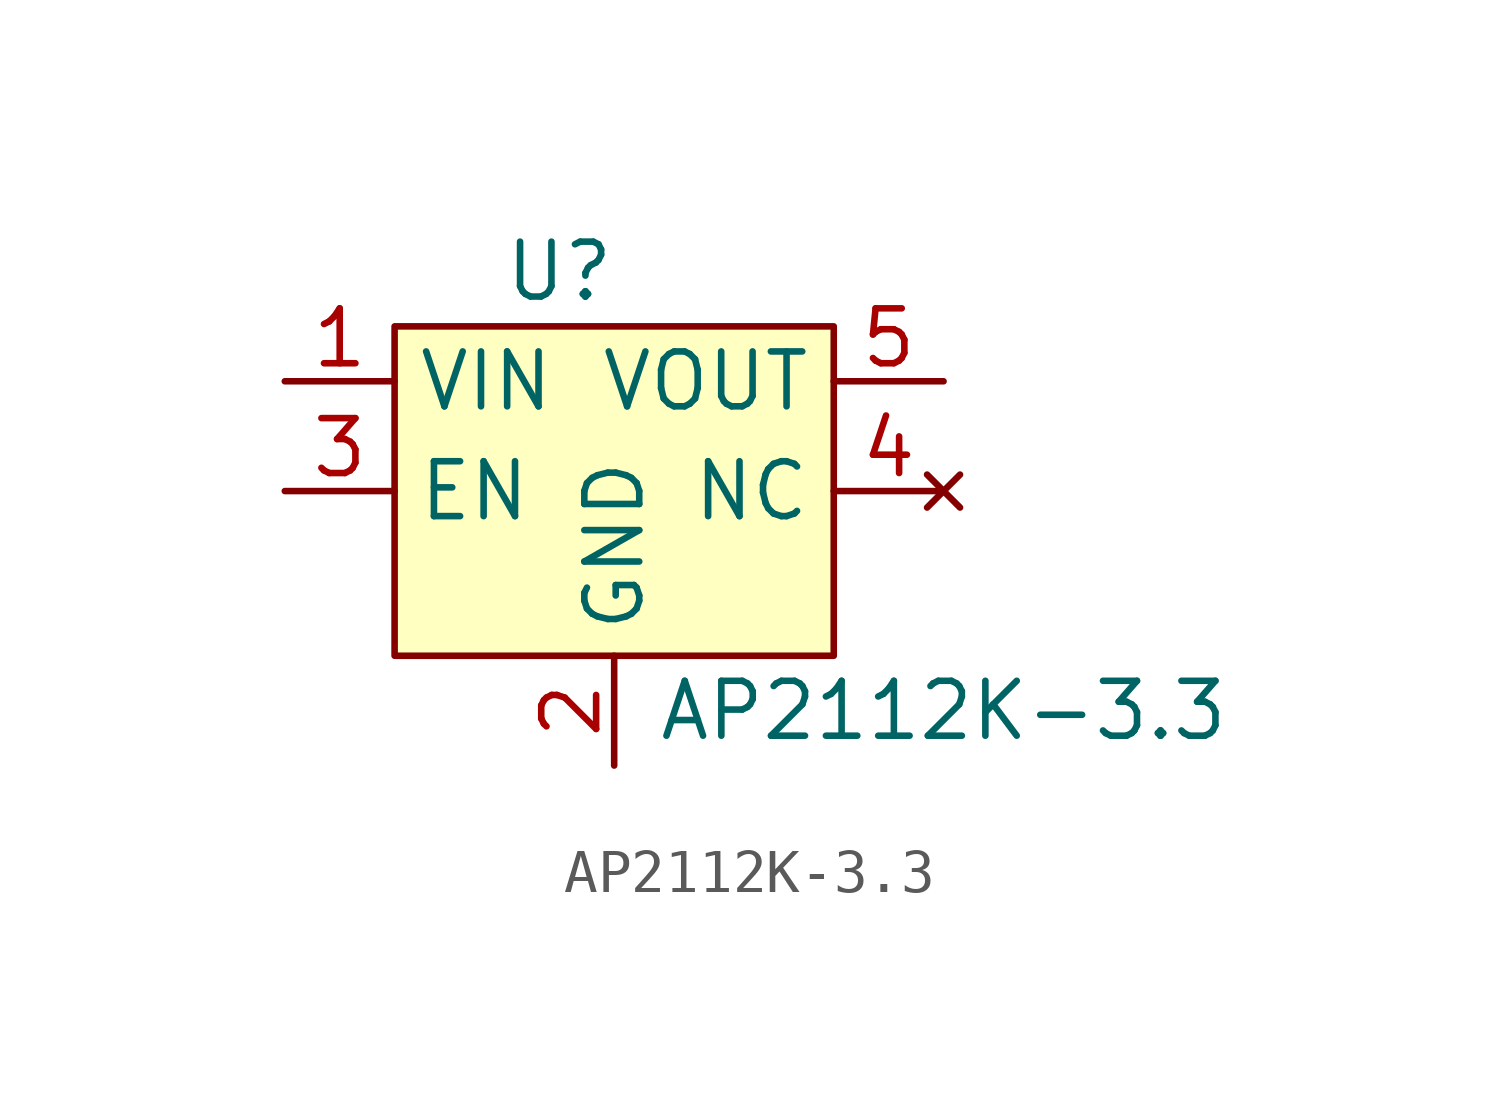
<source format=kicad_sym>
(kicad_symbol_lib
  (version 20211014)
  (generator kicad_symbol_editor)
  (symbol "AP2112K-3.3"
    (property "Reference" "U"
      (at -1.27 5.08 0)
      (effects (font (size 1.27 1.27))))
    (property "Value" "AP2112K-3.3"
      (at 7.62 -5.08 0)
      (effects (font (size 1.27 1.27))))
    (symbol "AP2112K-3.3_0_1"
      (rectangle (start -5.08 3.81) (end 5.08 -3.81) (stroke (width 0) (type default) (color 0 0 0 0)) (fill (type background))))
    (symbol "AP2112K-3.3_1_1"
      (pin power_in line (at -7.62 2.54 0) (length 2.54) (name "VIN" (effects (font (size 1.27 1.27)))) (number "1" (effects (font (size 1.27 1.27)))))
      (pin power_in line (at 0 -6.35 90) (length 2.54) (name "GND" (effects (font (size 1.27 1.27)))) (number "2" (effects (font (size 1.27 1.27)))))
      (pin input line (at -7.62 0 0) (length 2.54) (name "EN" (effects (font (size 1.27 1.27)))) (number "3" (effects (font (size 1.27 1.27)))))
      (pin no_connect line (at 7.62 0 180) (length 2.54) (name "NC" (effects (font (size 1.27 1.27)))) (number "4" (effects (font (size 1.27 1.27)))))
      (pin power_out line (at 7.62 2.54 180) (length 2.54) (name "VOUT" (effects (font (size 1.27 1.27)))) (number "5" (effects (font (size 1.27 1.27))))))))
</source>
